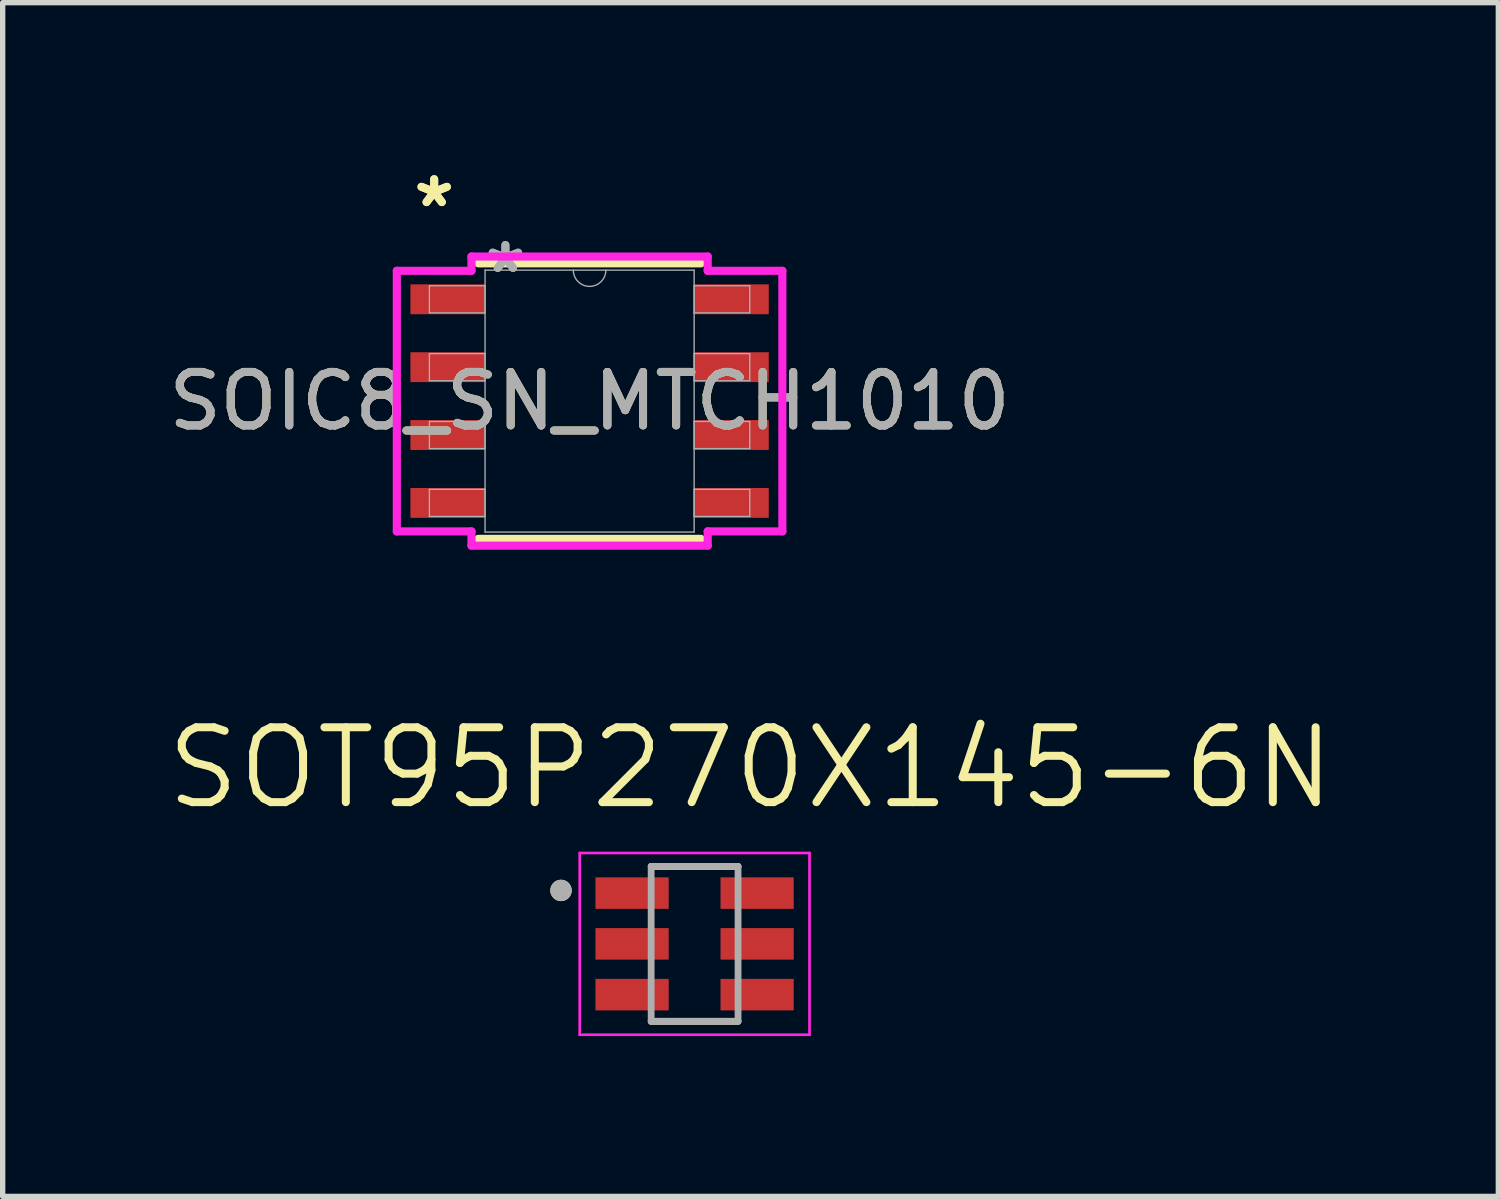
<source format=kicad_pcb>
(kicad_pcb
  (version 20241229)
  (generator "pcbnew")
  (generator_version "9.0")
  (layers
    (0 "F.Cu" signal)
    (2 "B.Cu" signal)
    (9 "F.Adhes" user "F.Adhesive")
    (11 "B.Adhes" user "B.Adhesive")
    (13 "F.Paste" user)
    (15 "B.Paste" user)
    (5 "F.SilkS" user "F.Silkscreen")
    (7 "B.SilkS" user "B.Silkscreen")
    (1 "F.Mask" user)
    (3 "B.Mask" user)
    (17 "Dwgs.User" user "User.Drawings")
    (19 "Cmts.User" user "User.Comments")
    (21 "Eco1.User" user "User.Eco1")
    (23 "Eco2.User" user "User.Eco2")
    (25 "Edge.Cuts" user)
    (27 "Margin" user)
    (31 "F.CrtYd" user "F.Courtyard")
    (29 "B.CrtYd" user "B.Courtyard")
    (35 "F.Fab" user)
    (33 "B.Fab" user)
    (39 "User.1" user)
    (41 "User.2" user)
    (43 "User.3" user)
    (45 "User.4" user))
  (footprint "SOT95P270X145-6N"
    (layer "F.Cu")
    (at 9.947 14.611)
    (property "Reference" "SOT95P270X145-6N" (at 1.046 -3.292 0) (layer "F.SilkS") (effects (font (size 1.401 1.401) (thickness 0.15))))
    (attr smd)
    (fp_line (start -0.81 -1.45) (end 0.81 -1.45) (stroke (width 0.127) (type solid)) (layer "F.SilkS"))
    (fp_line (start -0.81 1.45) (end 0.81 1.45) (stroke (width 0.127) (type solid)) (layer "F.SilkS"))
    (fp_circle (center -2.5 -1) (end -2.4 -1) (stroke (width 0.2) (type solid)) (fill no) (layer "F.SilkS"))
    (fp_line (start -2.15 -1.7) (end 2.15 -1.7) (stroke (width 0.05) (type solid)) (layer "F.CrtYd"))
    (fp_line (start -2.15 1.7) (end -2.15 -1.7) (stroke (width 0.05) (type solid)) (layer "F.CrtYd"))
    (fp_line (start 2.15 -1.7) (end 2.15 1.7) (stroke (width 0.05) (type solid)) (layer "F.CrtYd"))
    (fp_line (start 2.15 1.7) (end -2.15 1.7) (stroke (width 0.05) (type solid)) (layer "F.CrtYd"))
    (fp_line (start -0.813 -1.45) (end 0.813 -1.45) (stroke (width 0.127) (type solid)) (layer "F.Fab"))
    (fp_line (start -0.813 1.45) (end -0.813 -1.45) (stroke (width 0.127) (type solid)) (layer "F.Fab"))
    (fp_line (start 0.813 -1.45) (end 0.813 1.45) (stroke (width 0.127) (type solid)) (layer "F.Fab"))
    (fp_line (start 0.813 1.45) (end -0.813 1.45) (stroke (width 0.127) (type solid)) (layer "F.Fab"))
    (fp_circle (center -2.5 -1) (end -2.4 -1) (stroke (width 0.2) (type solid)) (fill no) (layer "F.Fab"))
    (pad "1" smd rect (at -1.17 -0.95) (size 1.37 0.59) (layers "F.Cu" "F.Mask" "F.Paste"))
    (pad "2" smd rect (at -1.17 0) (size 1.37 0.59) (layers "F.Cu" "F.Mask" "F.Paste"))
    (pad "3" smd rect (at -1.17 0.95) (size 1.37 0.59) (layers "F.Cu" "F.Mask" "F.Paste"))
    (pad "4" smd rect (at 1.17 0.95) (size 1.37 0.59) (layers "F.Cu" "F.Mask" "F.Paste"))
    (pad "5" smd rect (at 1.17 0) (size 1.37 0.59) (layers "F.Cu" "F.Mask" "F.Paste"))
    (pad "6" smd rect (at 1.17 -0.95) (size 1.37 0.59) (layers "F.Cu" "F.Mask" "F.Paste")))
  (footprint "SOIC8_SN_MTCH1010"
    (layer "F.Cu")
    (at 7.982 4.455)
    (property "Reference" "SOIC8_SN_MTCH1010" (at 0 0 0) (unlocked yes) (layer "F.SilkS") (effects (font (size 1 1) (thickness 0.15))))
    (attr smd)
    (fp_line (start -2.083 2.578) (end 2.083 2.578) (stroke (width 0.152) (type solid)) (layer "F.SilkS"))
    (fp_line (start 2.083 -2.578) (end -2.083 -2.578) (stroke (width 0.152) (type solid)) (layer "F.SilkS"))
    (fp_line (start -3.607 -2.438) (end -2.21 -2.438) (stroke (width 0.152) (type solid)) (layer "F.CrtYd"))
    (fp_line (start -3.607 2.438) (end -3.607 -2.438) (stroke (width 0.152) (type solid)) (layer "F.CrtYd"))
    (fp_line (start -3.607 2.438) (end -2.21 2.438) (stroke (width 0.152) (type solid)) (layer "F.CrtYd"))
    (fp_line (start -2.21 -2.705) (end 2.21 -2.705) (stroke (width 0.152) (type solid)) (layer "F.CrtYd"))
    (fp_line (start -2.21 -2.438) (end -2.21 -2.705) (stroke (width 0.152) (type solid)) (layer "F.CrtYd"))
    (fp_line (start -2.21 2.705) (end -2.21 2.438) (stroke (width 0.152) (type solid)) (layer "F.CrtYd"))
    (fp_line (start 2.21 -2.705) (end 2.21 -2.438) (stroke (width 0.152) (type solid)) (layer "F.CrtYd"))
    (fp_line (start 2.21 2.438) (end 2.21 2.705) (stroke (width 0.152) (type solid)) (layer "F.CrtYd"))
    (fp_line (start 2.21 2.705) (end -2.21 2.705) (stroke (width 0.152) (type solid)) (layer "F.CrtYd"))
    (fp_line (start 3.607 -2.438) (end 2.21 -2.438) (stroke (width 0.152) (type solid)) (layer "F.CrtYd"))
    (fp_line (start 3.607 -2.438) (end 3.607 2.438) (stroke (width 0.152) (type solid)) (layer "F.CrtYd"))
    (fp_line (start 3.607 2.438) (end 2.21 2.438) (stroke (width 0.152) (type solid)) (layer "F.CrtYd"))
    (fp_line (start -2.997 -2.159) (end -2.997 -1.651) (stroke (width 0.025) (type solid)) (layer "F.Fab"))
    (fp_line (start -2.997 -1.651) (end -1.956 -1.651) (stroke (width 0.025) (type solid)) (layer "F.Fab"))
    (fp_line (start -2.997 -0.889) (end -2.997 -0.381) (stroke (width 0.025) (type solid)) (layer "F.Fab"))
    (fp_line (start -2.997 -0.381) (end -1.956 -0.381) (stroke (width 0.025) (type solid)) (layer "F.Fab"))
    (fp_line (start -2.997 0.381) (end -2.997 0.889) (stroke (width 0.025) (type solid)) (layer "F.Fab"))
    (fp_line (start -2.997 0.889) (end -1.956 0.889) (stroke (width 0.025) (type solid)) (layer "F.Fab"))
    (fp_line (start -2.997 1.651) (end -2.997 2.159) (stroke (width 0.025) (type solid)) (layer "F.Fab"))
    (fp_line (start -2.997 2.159) (end -1.956 2.159) (stroke (width 0.025) (type solid)) (layer "F.Fab"))
    (fp_line (start -1.956 -2.451) (end -1.956 2.451) (stroke (width 0.025) (type solid)) (layer "F.Fab"))
    (fp_line (start -1.956 -2.159) (end -2.997 -2.159) (stroke (width 0.025) (type solid)) (layer "F.Fab"))
    (fp_line (start -1.956 -1.651) (end -1.956 -2.159) (stroke (width 0.025) (type solid)) (layer "F.Fab"))
    (fp_line (start -1.956 -0.889) (end -2.997 -0.889) (stroke (width 0.025) (type solid)) (layer "F.Fab"))
    (fp_line (start -1.956 -0.381) (end -1.956 -0.889) (stroke (width 0.025) (type solid)) (layer "F.Fab"))
    (fp_line (start -1.956 0.381) (end -2.997 0.381) (stroke (width 0.025) (type solid)) (layer "F.Fab"))
    (fp_line (start -1.956 0.889) (end -1.956 0.381) (stroke (width 0.025) (type solid)) (layer "F.Fab"))
    (fp_line (start -1.956 1.651) (end -2.997 1.651) (stroke (width 0.025) (type solid)) (layer "F.Fab"))
    (fp_line (start -1.956 2.159) (end -1.956 1.651) (stroke (width 0.025) (type solid)) (layer "F.Fab"))
    (fp_line (start -1.956 2.451) (end 1.956 2.451) (stroke (width 0.025) (type solid)) (layer "F.Fab"))
    (fp_line (start 1.956 -2.451) (end -1.956 -2.451) (stroke (width 0.025) (type solid)) (layer "F.Fab"))
    (fp_line (start 1.956 -2.159) (end 1.956 -1.651) (stroke (width 0.025) (type solid)) (layer "F.Fab"))
    (fp_line (start 1.956 -1.651) (end 2.997 -1.651) (stroke (width 0.025) (type solid)) (layer "F.Fab"))
    (fp_line (start 1.956 -0.889) (end 1.956 -0.381) (stroke (width 0.025) (type solid)) (layer "F.Fab"))
    (fp_line (start 1.956 -0.381) (end 2.997 -0.381) (stroke (width 0.025) (type solid)) (layer "F.Fab"))
    (fp_line (start 1.956 0.381) (end 1.956 0.889) (stroke (width 0.025) (type solid)) (layer "F.Fab"))
    (fp_line (start 1.956 0.889) (end 2.997 0.889) (stroke (width 0.025) (type solid)) (layer "F.Fab"))
    (fp_line (start 1.956 1.651) (end 1.956 2.159) (stroke (width 0.025) (type solid)) (layer "F.Fab"))
    (fp_line (start 1.956 2.159) (end 2.997 2.159) (stroke (width 0.025) (type solid)) (layer "F.Fab"))
    (fp_line (start 1.956 2.451) (end 1.956 -2.451) (stroke (width 0.025) (type solid)) (layer "F.Fab"))
    (fp_line (start 2.997 -2.159) (end 1.956 -2.159) (stroke (width 0.025) (type solid)) (layer "F.Fab"))
    (fp_line (start 2.997 -1.651) (end 2.997 -2.159) (stroke (width 0.025) (type solid)) (layer "F.Fab"))
    (fp_line (start 2.997 -0.889) (end 1.956 -0.889) (stroke (width 0.025) (type solid)) (layer "F.Fab"))
    (fp_line (start 2.997 -0.381) (end 2.997 -0.889) (stroke (width 0.025) (type solid)) (layer "F.Fab"))
    (fp_line (start 2.997 0.381) (end 1.956 0.381) (stroke (width 0.025) (type solid)) (layer "F.Fab"))
    (fp_line (start 2.997 0.889) (end 2.997 0.381) (stroke (width 0.025) (type solid)) (layer "F.Fab"))
    (fp_line (start 2.997 1.651) (end 1.956 1.651) (stroke (width 0.025) (type solid)) (layer "F.Fab"))
    (fp_line (start 2.997 2.159) (end 2.997 1.651) (stroke (width 0.025) (type solid)) (layer "F.Fab"))
    (fp_arc (start 0.3048 -2.4511) (mid 0 -2.1463) (end -0.3048 -2.4511) (stroke (width 0.0254) (type solid)) (layer "F.Fab"))
    (fp_text user "*" (at -2.908 -3.607 0) (layer "F.SilkS") (effects (font (size 1 1) (thickness 0.15))))
    (fp_text user "*" (at -2.908 -3.607 0) (unlocked yes) (layer "F.SilkS") (effects (font (size 1 1) (thickness 0.15))))
    (fp_text user "${REFERENCE}" (at 0 0 0) (unlocked yes) (layer "F.Fab") (effects (font (size 1 1) (thickness 0.15))))
    (fp_text user "*" (at -1.575 -2.375 0) (layer "F.Fab") (effects (font (size 1 1) (thickness 0.15))))
    (fp_text user "*" (at -1.575 -2.375 0) (unlocked yes) (layer "F.Fab") (effects (font (size 1 1) (thickness 0.15))))
    (pad "1" smd rect (at -2.654 -1.905) (size 1.397 0.559) (layers "F.Cu" "F.Mask" "F.Paste"))
    (pad "2" smd rect (at -2.654 -0.635) (size 1.397 0.559) (layers "F.Cu" "F.Mask" "F.Paste"))
    (pad "3" smd rect (at -2.654 0.635) (size 1.397 0.559) (layers "F.Cu" "F.Mask" "F.Paste"))
    (pad "4" smd rect (at -2.654 1.905) (size 1.397 0.559) (layers "F.Cu" "F.Mask" "F.Paste"))
    (pad "5" smd rect (at 2.654 1.905) (size 1.397 0.559) (layers "F.Cu" "F.Mask" "F.Paste"))
    (pad "6" smd rect (at 2.654 0.635) (size 1.397 0.559) (layers "F.Cu" "F.Mask" "F.Paste"))
    (pad "7" smd rect (at 2.654 -0.635) (size 1.397 0.559) (layers "F.Cu" "F.Mask" "F.Paste"))
    (pad "8" smd rect (at 2.654 -1.905) (size 1.397 0.559) (layers "F.Cu" "F.Mask" "F.Paste")))
  (gr_rect
    (start -3 -3)
    (end 24.986 19.336)
    (stroke (width 0.1) (type default))
    (fill no)
    (layer "Edge.Cuts")))
</source>
